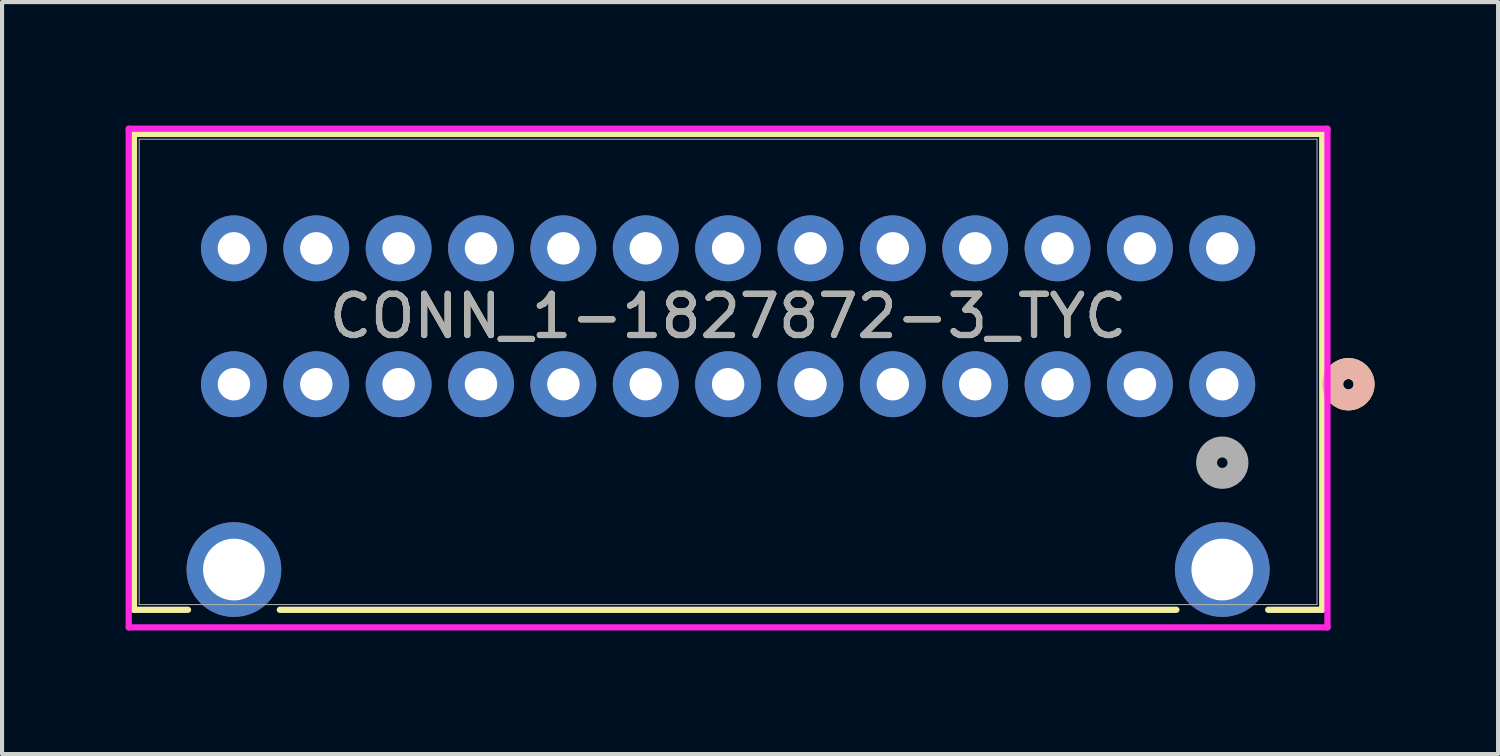
<source format=kicad_pcb>
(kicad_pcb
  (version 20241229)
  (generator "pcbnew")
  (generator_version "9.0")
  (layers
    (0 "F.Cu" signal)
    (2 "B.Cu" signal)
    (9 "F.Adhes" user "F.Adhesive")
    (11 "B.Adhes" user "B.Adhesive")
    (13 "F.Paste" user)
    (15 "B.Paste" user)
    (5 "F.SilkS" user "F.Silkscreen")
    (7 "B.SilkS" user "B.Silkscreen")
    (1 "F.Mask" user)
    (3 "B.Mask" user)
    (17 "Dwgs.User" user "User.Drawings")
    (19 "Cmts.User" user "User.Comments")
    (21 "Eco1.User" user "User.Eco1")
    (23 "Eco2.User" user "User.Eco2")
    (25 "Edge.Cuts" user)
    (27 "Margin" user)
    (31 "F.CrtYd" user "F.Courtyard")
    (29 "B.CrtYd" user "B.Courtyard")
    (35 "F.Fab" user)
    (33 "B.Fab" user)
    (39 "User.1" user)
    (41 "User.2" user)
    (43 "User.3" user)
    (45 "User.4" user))
  (footprint "CONN_1-1827872-3_TYC"
    (layer "F.Cu")
    (at 26.63 6.28)
    (property "Reference" "CONN_1-1827872-3_TYC" (at -12 -1.65 0) (unlocked yes) (layer "F.SilkS") (effects (font (size 1 1) (thickness 0.15))))
    (attr through_hole)
    (fp_line (start -26.427 -6.077) (end -26.427 5.477) (stroke (width 0.152) (type solid)) (layer "F.SilkS"))
    (fp_line (start -26.427 5.477) (end -25.115 5.477) (stroke (width 0.152) (type solid)) (layer "F.SilkS"))
    (fp_line (start -22.885 5.477) (end -1.115 5.477) (stroke (width 0.152) (type solid)) (layer "F.SilkS"))
    (fp_line (start 1.115 5.477) (end 2.427 5.477) (stroke (width 0.152) (type solid)) (layer "F.SilkS"))
    (fp_line (start 2.427 -6.077) (end -26.427 -6.077) (stroke (width 0.152) (type solid)) (layer "F.SilkS"))
    (fp_line (start 2.427 5.477) (end 2.427 -6.077) (stroke (width 0.152) (type solid)) (layer "F.SilkS"))
    (fp_circle (center 3.062 0) (end 3.443 0) (stroke (width 0.508) (type solid)) (fill no) (layer "F.SilkS"))
    (fp_circle (center 3.062 0) (end 3.443 0) (stroke (width 0.508) (type solid)) (fill no) (layer "B.SilkS"))
    (fp_line (start -26.554 -6.204) (end -26.554 5.904) (stroke (width 0.152) (type solid)) (layer "F.CrtYd"))
    (fp_line (start -26.554 5.904) (end 2.554 5.904) (stroke (width 0.152) (type solid)) (layer "F.CrtYd"))
    (fp_line (start 2.554 -6.204) (end -26.554 -6.204) (stroke (width 0.152) (type solid)) (layer "F.CrtYd"))
    (fp_line (start 2.554 5.904) (end 2.554 -6.204) (stroke (width 0.152) (type solid)) (layer "F.CrtYd"))
    (fp_line (start -26.3 -5.95) (end -26.3 5.35) (stroke (width 0.025) (type solid)) (layer "F.Fab"))
    (fp_line (start -26.3 5.35) (end 2.3 5.35) (stroke (width 0.025) (type solid)) (layer "F.Fab"))
    (fp_line (start 2.3 -5.95) (end -26.3 -5.95) (stroke (width 0.025) (type solid)) (layer "F.Fab"))
    (fp_line (start 2.3 5.35) (end 2.3 -5.95) (stroke (width 0.025) (type solid)) (layer "F.Fab"))
    (fp_circle (center 0 1.905) (end 0.381 1.905) (stroke (width 0.508) (type solid)) (fill no) (layer "F.Fab"))
    (fp_text user "${REFERENCE}" (at -12 -1.65 0) (unlocked yes) (layer "F.Fab") (effects (font (size 1 1) (thickness 0.15))))
    (pad "1" thru_hole circle (at 0 0) (size 1.6 1.6) (drill 0.787) (layers "*.Cu" "*.Mask"))
    (pad "2" thru_hole circle (at -2 0) (size 1.6 1.6) (drill 0.787) (layers "*.Cu" "*.Mask"))
    (pad "3" thru_hole circle (at -4 0) (size 1.6 1.6) (drill 0.787) (layers "*.Cu" "*.Mask"))
    (pad "4" thru_hole circle (at -6 0) (size 1.6 1.6) (drill 0.787) (layers "*.Cu" "*.Mask"))
    (pad "5" thru_hole circle (at -8 0) (size 1.6 1.6) (drill 0.787) (layers "*.Cu" "*.Mask"))
    (pad "6" thru_hole circle (at -10 0) (size 1.6 1.6) (drill 0.787) (layers "*.Cu" "*.Mask"))
    (pad "7" thru_hole circle (at -12 0) (size 1.6 1.6) (drill 0.787) (layers "*.Cu" "*.Mask"))
    (pad "8" thru_hole circle (at -14 0) (size 1.6 1.6) (drill 0.787) (layers "*.Cu" "*.Mask"))
    (pad "9" thru_hole circle (at -16 0) (size 1.6 1.6) (drill 0.787) (layers "*.Cu" "*.Mask"))
    (pad "10" thru_hole circle (at -18 0) (size 1.6 1.6) (drill 0.787) (layers "*.Cu" "*.Mask"))
    (pad "11" thru_hole circle (at -20 0) (size 1.6 1.6) (drill 0.787) (layers "*.Cu" "*.Mask"))
    (pad "12" thru_hole circle (at -22 0) (size 1.6 1.6) (drill 0.787) (layers "*.Cu" "*.Mask"))
    (pad "13" thru_hole circle (at -24 0) (size 1.6 1.6) (drill 0.787) (layers "*.Cu" "*.Mask"))
    (pad "14" thru_hole circle (at -24 -3.3) (size 1.6 1.6) (drill 0.787) (layers "*.Cu" "*.Mask"))
    (pad "15" thru_hole circle (at -22 -3.3) (size 1.6 1.6) (drill 0.787) (layers "*.Cu" "*.Mask"))
    (pad "16" thru_hole circle (at -20 -3.3) (size 1.6 1.6) (drill 0.787) (layers "*.Cu" "*.Mask"))
    (pad "17" thru_hole circle (at -18 -3.3) (size 1.6 1.6) (drill 0.787) (layers "*.Cu" "*.Mask"))
    (pad "18" thru_hole circle (at -16 -3.3) (size 1.6 1.6) (drill 0.787) (layers "*.Cu" "*.Mask"))
    (pad "19" thru_hole circle (at -14 -3.3) (size 1.6 1.6) (drill 0.787) (layers "*.Cu" "*.Mask"))
    (pad "20" thru_hole circle (at -12 -3.3) (size 1.6 1.6) (drill 0.787) (layers "*.Cu" "*.Mask"))
    (pad "21" thru_hole circle (at -10 -3.3) (size 1.6 1.6) (drill 0.787) (layers "*.Cu" "*.Mask"))
    (pad "22" thru_hole circle (at -8 -3.3) (size 1.6 1.6) (drill 0.787) (layers "*.Cu" "*.Mask"))
    (pad "23" thru_hole circle (at -6 -3.3) (size 1.6 1.6) (drill 0.787) (layers "*.Cu" "*.Mask"))
    (pad "24" thru_hole circle (at -4 -3.3) (size 1.6 1.6) (drill 0.787) (layers "*.Cu" "*.Mask"))
    (pad "25" thru_hole circle (at -2 -3.3) (size 1.6 1.6) (drill 0.787) (layers "*.Cu" "*.Mask"))
    (pad "26" thru_hole circle (at 0 -3.3) (size 1.6 1.6) (drill 0.787) (layers "*.Cu" "*.Mask"))
    (pad "27" thru_hole circle (at -24 4.5) (size 2.3 2.3) (drill 1.499) (layers "*.Cu" "*.Mask"))
    (pad "28" thru_hole circle (at 0.000002 4.5) (size 2.3 2.3) (drill 1.499) (layers "*.Cu" "*.Mask")))
  (gr_rect
    (start -3 -3)
    (end 33.327 15.26)
    (stroke (width 0.1) (type default))
    (fill no)
    (layer "Edge.Cuts")))
</source>
